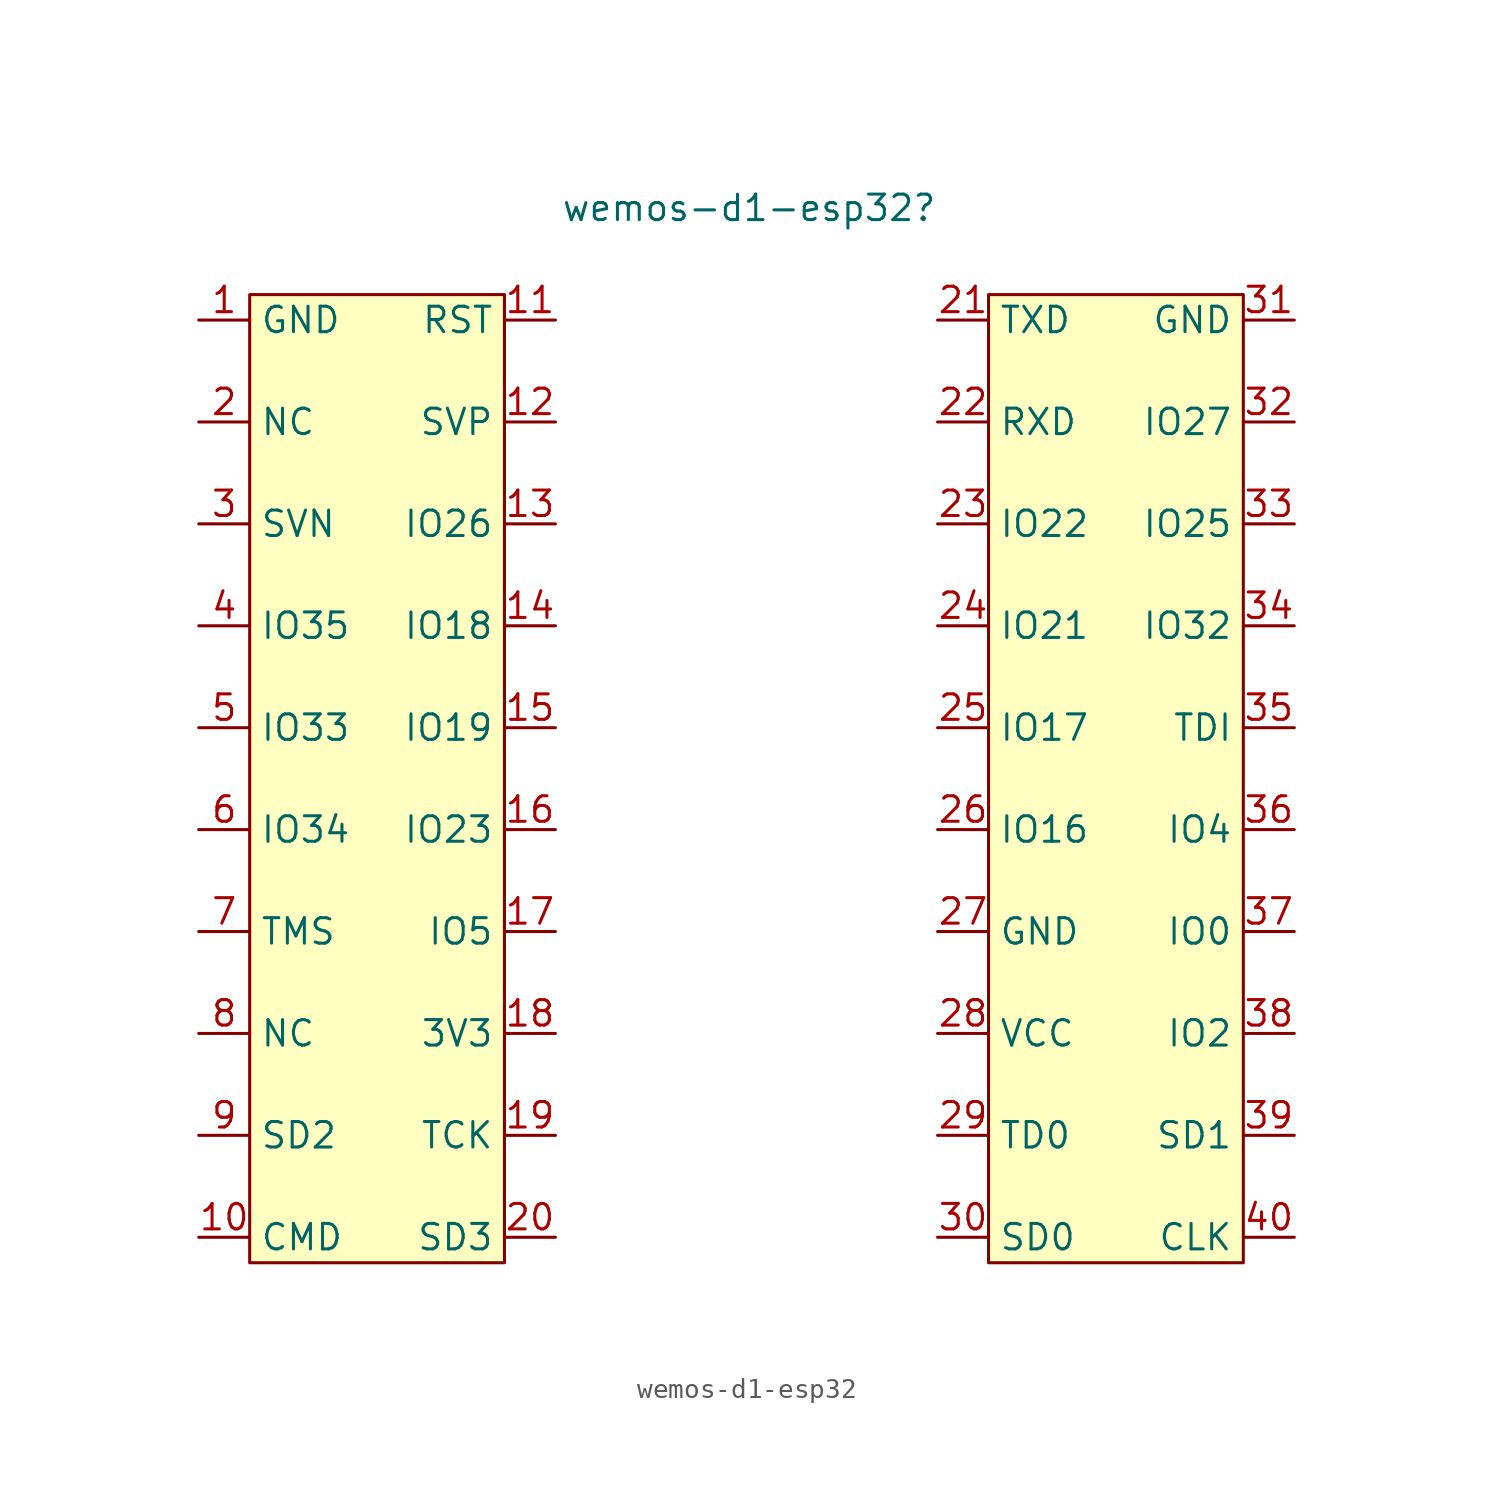
<source format=kicad_sym>
(kicad_symbol_lib
  (version 20231120)
  (generator "kicad_symbol_editor")
  (generator_version "8.0")
  (symbol "wemos-d1-esp32"
    (property "Reference" "wemos-d1-esp32"
      (at -0.508 20.828 0)
      (effects (font (size 1.27 1.27))))
    (property "Value" ""
      (at 0 0 0)
      (effects (font (size 1.27 1.27))))
    (symbol "wemos-d1-esp32_1_1"
      (rectangle (start -25.4 16.51) (end -12.7 -31.75) (stroke (width 0) (type default)) (fill (type background)))
      (rectangle (start 11.43 16.51) (end 24.13 -31.75) (stroke (width 0) (type default)) (fill (type background)))
      (pin input line (at -27.94 15.24 0) (length 2.54) (name "GND" (effects (font (size 1.27 1.27)))) (number "1" (effects (font (size 1.27 1.27)))))
      (pin input line (at -27.94 -30.48 0) (length 2.54) (name "CMD" (effects (font (size 1.27 1.27)))) (number "10" (effects (font (size 1.27 1.27)))))
      (pin input line (at -10.16 15.24 180) (length 2.54) (name "RST" (effects (font (size 1.27 1.27)))) (number "11" (effects (font (size 1.27 1.27)))))
      (pin input line (at -10.16 10.16 180) (length 2.54) (name "SVP" (effects (font (size 1.27 1.27)))) (number "12" (effects (font (size 1.27 1.27)))))
      (pin input line (at -10.16 5.08 180) (length 2.54) (name "IO26" (effects (font (size 1.27 1.27)))) (number "13" (effects (font (size 1.27 1.27)))))
      (pin input line (at -10.16 0 180) (length 2.54) (name "IO18" (effects (font (size 1.27 1.27)))) (number "14" (effects (font (size 1.27 1.27)))))
      (pin input line (at -10.16 -5.08 180) (length 2.54) (name "IO19" (effects (font (size 1.27 1.27)))) (number "15" (effects (font (size 1.27 1.27)))))
      (pin input line (at -10.16 -10.16 180) (length 2.54) (name "IO23" (effects (font (size 1.27 1.27)))) (number "16" (effects (font (size 1.27 1.27)))))
      (pin input line (at -10.16 -15.24 180) (length 2.54) (name "IO5" (effects (font (size 1.27 1.27)))) (number "17" (effects (font (size 1.27 1.27)))))
      (pin input line (at -10.16 -20.32 180) (length 2.54) (name "3V3" (effects (font (size 1.27 1.27)))) (number "18" (effects (font (size 1.27 1.27)))))
      (pin input line (at -10.16 -25.4 180) (length 2.54) (name "TCK" (effects (font (size 1.27 1.27)))) (number "19" (effects (font (size 1.27 1.27)))))
      (pin input line (at -27.94 10.16 0) (length 2.54) (name "NC" (effects (font (size 1.27 1.27)))) (number "2" (effects (font (size 1.27 1.27)))))
      (pin input line (at -10.16 -30.48 180) (length 2.54) (name "SD3" (effects (font (size 1.27 1.27)))) (number "20" (effects (font (size 1.27 1.27)))))
      (pin input line (at 8.89 15.24 0) (length 2.54) (name "TXD" (effects (font (size 1.27 1.27)))) (number "21" (effects (font (size 1.27 1.27)))))
      (pin input line (at 8.89 10.16 0) (length 2.54) (name "RXD" (effects (font (size 1.27 1.27)))) (number "22" (effects (font (size 1.27 1.27)))))
      (pin input line (at 8.89 5.08 0) (length 2.54) (name "IO22" (effects (font (size 1.27 1.27)))) (number "23" (effects (font (size 1.27 1.27)))))
      (pin input line (at 8.89 0 0) (length 2.54) (name "IO21" (effects (font (size 1.27 1.27)))) (number "24" (effects (font (size 1.27 1.27)))))
      (pin input line (at 8.89 -5.08 0) (length 2.54) (name "IO17" (effects (font (size 1.27 1.27)))) (number "25" (effects (font (size 1.27 1.27)))))
      (pin input line (at 8.89 -10.16 0) (length 2.54) (name "IO16" (effects (font (size 1.27 1.27)))) (number "26" (effects (font (size 1.27 1.27)))))
      (pin input line (at 8.89 -15.24 0) (length 2.54) (name "GND" (effects (font (size 1.27 1.27)))) (number "27" (effects (font (size 1.27 1.27)))))
      (pin input line (at 8.89 -20.32 0) (length 2.54) (name "VCC" (effects (font (size 1.27 1.27)))) (number "28" (effects (font (size 1.27 1.27)))))
      (pin input line (at 8.89 -25.4 0) (length 2.54) (name "TD0" (effects (font (size 1.27 1.27)))) (number "29" (effects (font (size 1.27 1.27)))))
      (pin input line (at -27.94 5.08 0) (length 2.54) (name "SVN" (effects (font (size 1.27 1.27)))) (number "3" (effects (font (size 1.27 1.27)))))
      (pin input line (at 8.89 -30.48 0) (length 2.54) (name "SD0" (effects (font (size 1.27 1.27)))) (number "30" (effects (font (size 1.27 1.27)))))
      (pin input line (at 26.67 15.24 180) (length 2.54) (name "GND" (effects (font (size 1.27 1.27)))) (number "31" (effects (font (size 1.27 1.27)))))
      (pin input line (at 26.67 10.16 180) (length 2.54) (name "IO27" (effects (font (size 1.27 1.27)))) (number "32" (effects (font (size 1.27 1.27)))))
      (pin input line (at 26.67 5.08 180) (length 2.54) (name "IO25" (effects (font (size 1.27 1.27)))) (number "33" (effects (font (size 1.27 1.27)))))
      (pin input line (at 26.67 0 180) (length 2.54) (name "IO32" (effects (font (size 1.27 1.27)))) (number "34" (effects (font (size 1.27 1.27)))))
      (pin input line (at 26.67 -5.08 180) (length 2.54) (name "TDI" (effects (font (size 1.27 1.27)))) (number "35" (effects (font (size 1.27 1.27)))))
      (pin input line (at 26.67 -10.16 180) (length 2.54) (name "IO4" (effects (font (size 1.27 1.27)))) (number "36" (effects (font (size 1.27 1.27)))))
      (pin input line (at 26.67 -15.24 180) (length 2.54) (name "IO0" (effects (font (size 1.27 1.27)))) (number "37" (effects (font (size 1.27 1.27)))))
      (pin input line (at 26.67 -20.32 180) (length 2.54) (name "IO2" (effects (font (size 1.27 1.27)))) (number "38" (effects (font (size 1.27 1.27)))))
      (pin input line (at 26.67 -25.4 180) (length 2.54) (name "SD1" (effects (font (size 1.27 1.27)))) (number "39" (effects (font (size 1.27 1.27)))))
      (pin input line (at -27.94 0 0) (length 2.54) (name "IO35" (effects (font (size 1.27 1.27)))) (number "4" (effects (font (size 1.27 1.27)))))
      (pin input line (at 26.67 -30.48 180) (length 2.54) (name "CLK" (effects (font (size 1.27 1.27)))) (number "40" (effects (font (size 1.27 1.27)))))
      (pin input line (at -27.94 -5.08 0) (length 2.54) (name "IO33" (effects (font (size 1.27 1.27)))) (number "5" (effects (font (size 1.27 1.27)))))
      (pin input line (at -27.94 -10.16 0) (length 2.54) (name "IO34" (effects (font (size 1.27 1.27)))) (number "6" (effects (font (size 1.27 1.27)))))
      (pin input line (at -27.94 -15.24 0) (length 2.54) (name "TMS" (effects (font (size 1.27 1.27)))) (number "7" (effects (font (size 1.27 1.27)))))
      (pin input line (at -27.94 -20.32 0) (length 2.54) (name "NC" (effects (font (size 1.27 1.27)))) (number "8" (effects (font (size 1.27 1.27)))))
      (pin input line (at -27.94 -25.4 0) (length 2.54) (name "SD2" (effects (font (size 1.27 1.27)))) (number "9" (effects (font (size 1.27 1.27))))))))
</source>
